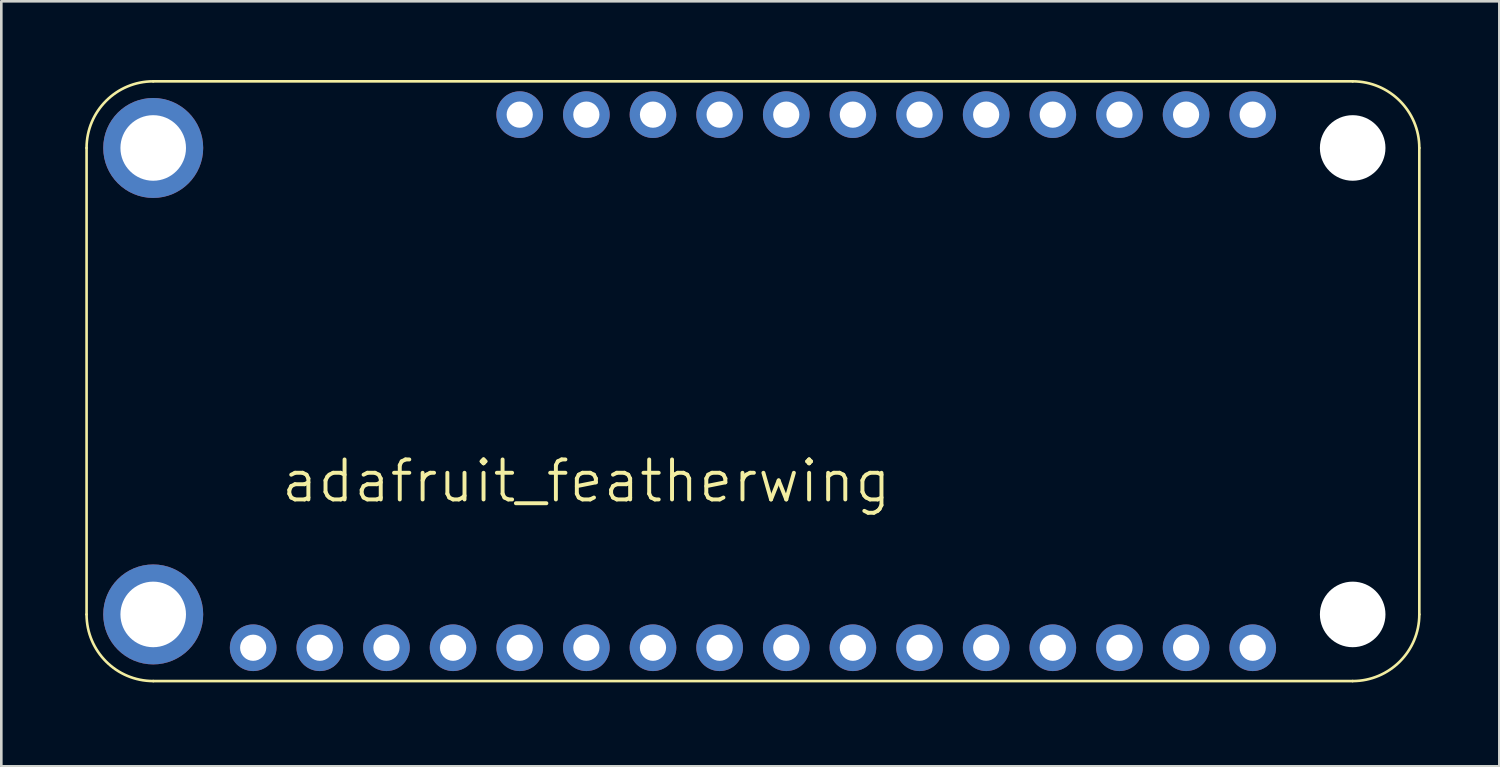
<source format=kicad_pcb>
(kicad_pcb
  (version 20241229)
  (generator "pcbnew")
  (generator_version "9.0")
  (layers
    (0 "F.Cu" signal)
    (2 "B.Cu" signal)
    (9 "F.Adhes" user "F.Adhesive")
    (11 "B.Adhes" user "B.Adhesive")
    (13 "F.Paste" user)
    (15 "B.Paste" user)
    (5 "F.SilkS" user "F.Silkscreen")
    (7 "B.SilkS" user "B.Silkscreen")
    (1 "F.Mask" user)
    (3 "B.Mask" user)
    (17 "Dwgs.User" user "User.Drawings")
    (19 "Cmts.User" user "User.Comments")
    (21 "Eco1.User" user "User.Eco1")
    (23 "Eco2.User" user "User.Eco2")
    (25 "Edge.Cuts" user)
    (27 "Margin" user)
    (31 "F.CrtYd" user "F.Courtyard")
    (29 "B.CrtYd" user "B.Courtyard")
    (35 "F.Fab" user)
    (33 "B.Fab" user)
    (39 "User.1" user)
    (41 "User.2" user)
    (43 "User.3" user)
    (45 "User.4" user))
  (footprint "adafruit_featherwing"
    (layer "F.Cu")
    (at 0.25 22.91)
    (property "Reference" "adafruit_featherwing" (at 19.05 -7.62 0) (layer "F.SilkS") (effects (font (size 1.524 1.524) (thickness 0.15))))
    (attr exclude_from_pos_files exclude_from_bom)
    (fp_line (start 0 -20.32) (end 0 -2.54) (stroke (width 0.1) (type solid)) (layer "F.SilkS"))
    (fp_line (start 2.54 0) (end 48.26 0) (stroke (width 0.1) (type solid)) (layer "F.SilkS"))
    (fp_line (start 48.26 -22.86) (end 2.54 -22.86) (stroke (width 0.1) (type solid)) (layer "F.SilkS"))
    (fp_line (start 50.8 -2.54) (end 50.8 -20.32) (stroke (width 0.1) (type solid)) (layer "F.SilkS"))
    (fp_arc (start 0 -20.32) (mid 0.743949 -22.116051) (end 2.54 -22.86) (stroke (width 0.1) (type solid)) (layer "F.SilkS"))
    (fp_arc (start 2.54 0) (mid 0.743949 -0.743949) (end 0 -2.54) (stroke (width 0.1) (type solid)) (layer "F.SilkS"))
    (fp_arc (start 48.26 -22.86) (mid 50.056051 -22.116051) (end 50.8 -20.32) (stroke (width 0.1) (type solid)) (layer "F.SilkS"))
    (fp_arc (start 50.8 -2.54) (mid 50.056051 -0.743949) (end 48.26 0) (stroke (width 0.1) (type solid)) (layer "F.SilkS"))
    (pad "" thru_hole circle (at 2.54 -20.32) (size 3.81 3.81) (drill 2.499) (layers "*.Cu" "*.Mask"))
    (pad "" thru_hole circle (at 2.54 -2.54) (size 3.81 3.81) (drill 2.499) (layers "*.Cu" "*.Mask"))
    (pad "" np_thru_hole circle (at 48.26 -20.32) (size 2.499 2.499) (drill 2.499) (layers "*.Cu" "*.Mask"))
    (pad "" np_thru_hole circle (at 48.26 -2.54) (size 2.499 2.499) (drill 2.499) (layers "*.Cu" "*.Mask"))
    (pad "1" thru_hole circle (at 6.35 -1.27) (size 1.778 1.778) (drill 0.998) (layers "*.Cu" "*.Mask"))
    (pad "2" thru_hole circle (at 8.89 -1.27) (size 1.778 1.778) (drill 0.998) (layers "*.Cu" "*.Mask"))
    (pad "3" thru_hole circle (at 11.43 -1.27) (size 1.778 1.778) (drill 0.998) (layers "*.Cu" "*.Mask"))
    (pad "4" thru_hole circle (at 13.97 -1.27) (size 1.778 1.778) (drill 0.998) (layers "*.Cu" "*.Mask"))
    (pad "5" thru_hole circle (at 16.51 -1.27) (size 1.778 1.778) (drill 0.998) (layers "*.Cu" "*.Mask"))
    (pad "6" thru_hole circle (at 19.05 -1.27) (size 1.778 1.778) (drill 0.998) (layers "*.Cu" "*.Mask"))
    (pad "7" thru_hole circle (at 21.59 -1.27) (size 1.778 1.778) (drill 0.998) (layers "*.Cu" "*.Mask"))
    (pad "8" thru_hole circle (at 24.13 -1.27) (size 1.778 1.778) (drill 0.998) (layers "*.Cu" "*.Mask"))
    (pad "9" thru_hole circle (at 26.67 -1.27) (size 1.778 1.778) (drill 0.998) (layers "*.Cu" "*.Mask"))
    (pad "10" thru_hole circle (at 29.21 -1.27) (size 1.778 1.778) (drill 0.998) (layers "*.Cu" "*.Mask"))
    (pad "11" thru_hole circle (at 31.75 -1.27) (size 1.778 1.778) (drill 0.998) (layers "*.Cu" "*.Mask"))
    (pad "12" thru_hole circle (at 34.29 -1.27) (size 1.778 1.778) (drill 0.998) (layers "*.Cu" "*.Mask"))
    (pad "13" thru_hole circle (at 36.83 -1.27) (size 1.778 1.778) (drill 0.998) (layers "*.Cu" "*.Mask"))
    (pad "14" thru_hole circle (at 39.37 -1.27) (size 1.778 1.778) (drill 0.998) (layers "*.Cu" "*.Mask"))
    (pad "15" thru_hole circle (at 41.91 -1.27) (size 1.778 1.778) (drill 0.998) (layers "*.Cu" "*.Mask"))
    (pad "16" thru_hole circle (at 44.45 -1.27) (size 1.778 1.778) (drill 0.998) (layers "*.Cu" "*.Mask"))
    (pad "17" thru_hole circle (at 44.45 -21.59) (size 1.778 1.778) (drill 0.998) (layers "*.Cu" "*.Mask"))
    (pad "18" thru_hole circle (at 41.91 -21.59) (size 1.778 1.778) (drill 0.998) (layers "*.Cu" "*.Mask"))
    (pad "19" thru_hole circle (at 39.37 -21.59) (size 1.778 1.778) (drill 0.998) (layers "*.Cu" "*.Mask"))
    (pad "20" thru_hole circle (at 36.83 -21.59) (size 1.778 1.778) (drill 0.998) (layers "*.Cu" "*.Mask"))
    (pad "21" thru_hole circle (at 34.29 -21.59) (size 1.778 1.778) (drill 0.998) (layers "*.Cu" "*.Mask"))
    (pad "22" thru_hole circle (at 31.75 -21.59) (size 1.778 1.778) (drill 0.998) (layers "*.Cu" "*.Mask"))
    (pad "23" thru_hole circle (at 29.21 -21.59) (size 1.778 1.778) (drill 0.998) (layers "*.Cu" "*.Mask"))
    (pad "24" thru_hole circle (at 26.67 -21.59) (size 1.778 1.778) (drill 0.998) (layers "*.Cu" "*.Mask"))
    (pad "25" thru_hole circle (at 24.13 -21.59) (size 1.778 1.778) (drill 0.998) (layers "*.Cu" "*.Mask"))
    (pad "26" thru_hole circle (at 21.59 -21.59) (size 1.778 1.778) (drill 0.998) (layers "*.Cu" "*.Mask"))
    (pad "27" thru_hole circle (at 19.05 -21.59) (size 1.778 1.778) (drill 0.998) (layers "*.Cu" "*.Mask"))
    (pad "28" thru_hole circle (at 16.51 -21.59) (size 1.778 1.778) (drill 0.998) (layers "*.Cu" "*.Mask")))
  (gr_rect
    (start -3 -3)
    (end 54.1 26.16)
    (stroke (width 0.1) (type default))
    (fill no)
    (layer "Edge.Cuts")))
</source>
